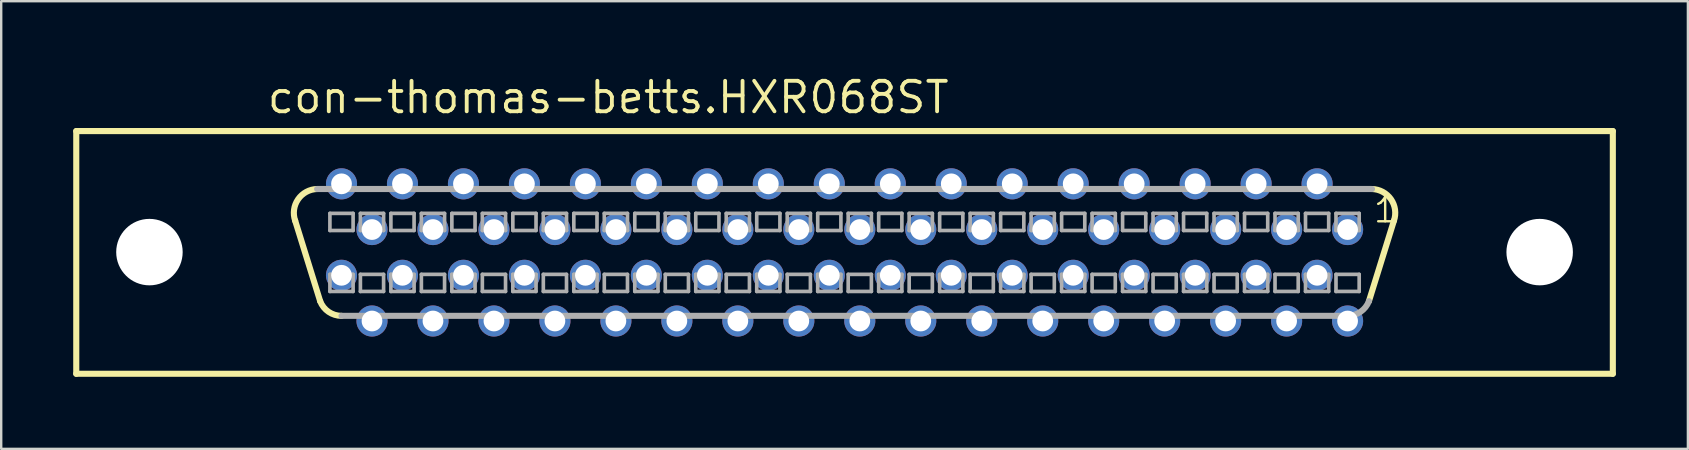
<source format=kicad_pcb>
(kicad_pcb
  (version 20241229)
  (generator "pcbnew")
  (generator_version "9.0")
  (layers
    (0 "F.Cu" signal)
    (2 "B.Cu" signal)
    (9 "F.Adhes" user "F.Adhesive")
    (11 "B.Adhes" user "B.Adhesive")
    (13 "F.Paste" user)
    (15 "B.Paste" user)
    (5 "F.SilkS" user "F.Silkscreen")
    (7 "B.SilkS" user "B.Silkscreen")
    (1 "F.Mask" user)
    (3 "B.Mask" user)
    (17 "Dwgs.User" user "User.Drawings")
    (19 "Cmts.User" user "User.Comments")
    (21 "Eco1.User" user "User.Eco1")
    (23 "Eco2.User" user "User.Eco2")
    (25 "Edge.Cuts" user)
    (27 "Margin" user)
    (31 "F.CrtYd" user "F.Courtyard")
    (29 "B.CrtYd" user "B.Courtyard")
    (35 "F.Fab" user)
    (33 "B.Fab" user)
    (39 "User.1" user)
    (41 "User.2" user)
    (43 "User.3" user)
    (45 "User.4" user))
  (footprint "con-thomas-betts.HXR068ST"
    (layer "F.Cu")
    (at 32.131 7.465)
    (property "Reference" "con-thomas-betts.HXR068ST" (at -24.13 -5.715 0) (layer "F.SilkS") (effects (font (size 1.27 1.27) (thickness 0.16)) (justify left bottom)))
    (attr through_hole)
    (fp_line (start -32.004 -5.055) (end 32.004 -5.055) (stroke (width 0.254) (type default)) (layer "F.SilkS"))
    (fp_line (start -32.004 5.055) (end -32.004 -5.055) (stroke (width 0.254) (type default)) (layer "F.SilkS"))
    (fp_line (start -21.844 2.032) (end -22.885 -1.321) (stroke (width 0.254) (type default)) (layer "F.SilkS"))
    (fp_line (start 21.844 2.032) (end 22.885 -1.321) (stroke (width 0.254) (type default)) (layer "F.SilkS"))
    (fp_line (start 32.004 -5.055) (end 32.004 5.055) (stroke (width 0.254) (type default)) (layer "F.SilkS"))
    (fp_line (start 32.004 5.055) (end -32.004 5.055) (stroke (width 0.254) (type default)) (layer "F.SilkS"))
    (fp_arc (start -22.8854 -1.3208) (mid -22.763543 -2.213361) (end -21.971 -2.6416) (stroke (width 0.254) (type default)) (layer "F.SilkS"))
    (fp_arc (start -20.955 2.6416) (mid -21.494029 2.474654) (end -21.844 2.032) (stroke (width 0.254) (type default)) (layer "F.SilkS"))
    (fp_arc (start 21.971 -2.6416) (mid 22.763543 -2.213361) (end 22.8854 -1.3208) (stroke (width 0.254) (type default)) (layer "F.SilkS"))
    (fp_line (start -21.438 -1.626) (end -21.438 -0.914) (stroke (width 0.152) (type default)) (layer "F.Fab"))
    (fp_line (start -21.438 -0.914) (end -20.472 -0.914) (stroke (width 0.152) (type default)) (layer "F.Fab"))
    (fp_line (start -21.438 0.914) (end -21.438 1.626) (stroke (width 0.152) (type default)) (layer "F.Fab"))
    (fp_line (start -21.438 1.626) (end -20.472 1.626) (stroke (width 0.152) (type default)) (layer "F.Fab"))
    (fp_line (start -20.472 -1.626) (end -21.438 -1.626) (stroke (width 0.152) (type default)) (layer "F.Fab"))
    (fp_line (start -20.472 -0.914) (end -20.472 -1.626) (stroke (width 0.152) (type default)) (layer "F.Fab"))
    (fp_line (start -20.472 0.914) (end -21.438 0.914) (stroke (width 0.152) (type default)) (layer "F.Fab"))
    (fp_line (start -20.472 1.626) (end -20.472 0.914) (stroke (width 0.152) (type default)) (layer "F.Fab"))
    (fp_line (start -20.168 -1.626) (end -20.168 -0.914) (stroke (width 0.152) (type default)) (layer "F.Fab"))
    (fp_line (start -20.168 -0.914) (end -19.202 -0.914) (stroke (width 0.152) (type default)) (layer "F.Fab"))
    (fp_line (start -20.168 0.914) (end -20.168 1.626) (stroke (width 0.152) (type default)) (layer "F.Fab"))
    (fp_line (start -20.168 1.626) (end -19.202 1.626) (stroke (width 0.152) (type default)) (layer "F.Fab"))
    (fp_line (start -19.202 -1.626) (end -20.168 -1.626) (stroke (width 0.152) (type default)) (layer "F.Fab"))
    (fp_line (start -19.202 -0.914) (end -19.202 -1.626) (stroke (width 0.152) (type default)) (layer "F.Fab"))
    (fp_line (start -19.202 0.914) (end -20.168 0.914) (stroke (width 0.152) (type default)) (layer "F.Fab"))
    (fp_line (start -19.202 1.626) (end -19.202 0.914) (stroke (width 0.152) (type default)) (layer "F.Fab"))
    (fp_line (start -18.898 -1.626) (end -18.898 -0.914) (stroke (width 0.152) (type default)) (layer "F.Fab"))
    (fp_line (start -18.898 -0.914) (end -17.932 -0.914) (stroke (width 0.152) (type default)) (layer "F.Fab"))
    (fp_line (start -18.898 0.914) (end -18.898 1.626) (stroke (width 0.152) (type default)) (layer "F.Fab"))
    (fp_line (start -18.898 1.626) (end -17.932 1.626) (stroke (width 0.152) (type default)) (layer "F.Fab"))
    (fp_line (start -17.932 -1.626) (end -18.898 -1.626) (stroke (width 0.152) (type default)) (layer "F.Fab"))
    (fp_line (start -17.932 -0.914) (end -17.932 -1.626) (stroke (width 0.152) (type default)) (layer "F.Fab"))
    (fp_line (start -17.932 0.914) (end -18.898 0.914) (stroke (width 0.152) (type default)) (layer "F.Fab"))
    (fp_line (start -17.932 1.626) (end -17.932 0.914) (stroke (width 0.152) (type default)) (layer "F.Fab"))
    (fp_line (start -17.628 -1.626) (end -17.628 -0.914) (stroke (width 0.152) (type default)) (layer "F.Fab"))
    (fp_line (start -17.628 -0.914) (end -16.662 -0.914) (stroke (width 0.152) (type default)) (layer "F.Fab"))
    (fp_line (start -17.628 0.914) (end -17.628 1.626) (stroke (width 0.152) (type default)) (layer "F.Fab"))
    (fp_line (start -17.628 1.626) (end -16.662 1.626) (stroke (width 0.152) (type default)) (layer "F.Fab"))
    (fp_line (start -16.662 -1.626) (end -17.628 -1.626) (stroke (width 0.152) (type default)) (layer "F.Fab"))
    (fp_line (start -16.662 -0.914) (end -16.662 -1.626) (stroke (width 0.152) (type default)) (layer "F.Fab"))
    (fp_line (start -16.662 0.914) (end -17.628 0.914) (stroke (width 0.152) (type default)) (layer "F.Fab"))
    (fp_line (start -16.662 1.626) (end -16.662 0.914) (stroke (width 0.152) (type default)) (layer "F.Fab"))
    (fp_line (start -16.358 -1.626) (end -16.358 -0.914) (stroke (width 0.152) (type default)) (layer "F.Fab"))
    (fp_line (start -16.358 -0.914) (end -15.392 -0.914) (stroke (width 0.152) (type default)) (layer "F.Fab"))
    (fp_line (start -16.358 0.914) (end -16.358 1.626) (stroke (width 0.152) (type default)) (layer "F.Fab"))
    (fp_line (start -16.358 1.626) (end -15.392 1.626) (stroke (width 0.152) (type default)) (layer "F.Fab"))
    (fp_line (start -15.392 -1.626) (end -16.358 -1.626) (stroke (width 0.152) (type default)) (layer "F.Fab"))
    (fp_line (start -15.392 -0.914) (end -15.392 -1.626) (stroke (width 0.152) (type default)) (layer "F.Fab"))
    (fp_line (start -15.392 0.914) (end -16.358 0.914) (stroke (width 0.152) (type default)) (layer "F.Fab"))
    (fp_line (start -15.392 1.626) (end -15.392 0.914) (stroke (width 0.152) (type default)) (layer "F.Fab"))
    (fp_line (start -15.088 -1.626) (end -15.088 -0.914) (stroke (width 0.152) (type default)) (layer "F.Fab"))
    (fp_line (start -15.088 -0.914) (end -14.122 -0.914) (stroke (width 0.152) (type default)) (layer "F.Fab"))
    (fp_line (start -15.088 0.914) (end -15.088 1.626) (stroke (width 0.152) (type default)) (layer "F.Fab"))
    (fp_line (start -15.088 1.626) (end -14.122 1.626) (stroke (width 0.152) (type default)) (layer "F.Fab"))
    (fp_line (start -14.122 -1.626) (end -15.088 -1.626) (stroke (width 0.152) (type default)) (layer "F.Fab"))
    (fp_line (start -14.122 -0.914) (end -14.122 -1.626) (stroke (width 0.152) (type default)) (layer "F.Fab"))
    (fp_line (start -14.122 0.914) (end -15.088 0.914) (stroke (width 0.152) (type default)) (layer "F.Fab"))
    (fp_line (start -14.122 1.626) (end -14.122 0.914) (stroke (width 0.152) (type default)) (layer "F.Fab"))
    (fp_line (start -13.818 -1.626) (end -13.818 -0.914) (stroke (width 0.152) (type default)) (layer "F.Fab"))
    (fp_line (start -13.818 -0.914) (end -12.852 -0.914) (stroke (width 0.152) (type default)) (layer "F.Fab"))
    (fp_line (start -13.818 0.914) (end -13.818 1.626) (stroke (width 0.152) (type default)) (layer "F.Fab"))
    (fp_line (start -13.818 1.626) (end -12.852 1.626) (stroke (width 0.152) (type default)) (layer "F.Fab"))
    (fp_line (start -12.852 -1.626) (end -13.818 -1.626) (stroke (width 0.152) (type default)) (layer "F.Fab"))
    (fp_line (start -12.852 -0.914) (end -12.852 -1.626) (stroke (width 0.152) (type default)) (layer "F.Fab"))
    (fp_line (start -12.852 0.914) (end -13.818 0.914) (stroke (width 0.152) (type default)) (layer "F.Fab"))
    (fp_line (start -12.852 1.626) (end -12.852 0.914) (stroke (width 0.152) (type default)) (layer "F.Fab"))
    (fp_line (start -12.548 -1.626) (end -12.548 -0.914) (stroke (width 0.152) (type default)) (layer "F.Fab"))
    (fp_line (start -12.548 -0.914) (end -11.582 -0.914) (stroke (width 0.152) (type default)) (layer "F.Fab"))
    (fp_line (start -12.548 0.914) (end -12.548 1.626) (stroke (width 0.152) (type default)) (layer "F.Fab"))
    (fp_line (start -12.548 1.626) (end -11.582 1.626) (stroke (width 0.152) (type default)) (layer "F.Fab"))
    (fp_line (start -11.582 -1.626) (end -12.548 -1.626) (stroke (width 0.152) (type default)) (layer "F.Fab"))
    (fp_line (start -11.582 -0.914) (end -11.582 -1.626) (stroke (width 0.152) (type default)) (layer "F.Fab"))
    (fp_line (start -11.582 0.914) (end -12.548 0.914) (stroke (width 0.152) (type default)) (layer "F.Fab"))
    (fp_line (start -11.582 1.626) (end -11.582 0.914) (stroke (width 0.152) (type default)) (layer "F.Fab"))
    (fp_line (start -11.278 -1.626) (end -11.278 -0.914) (stroke (width 0.152) (type default)) (layer "F.Fab"))
    (fp_line (start -11.278 -0.914) (end -10.312 -0.914) (stroke (width 0.152) (type default)) (layer "F.Fab"))
    (fp_line (start -11.278 0.914) (end -11.278 1.626) (stroke (width 0.152) (type default)) (layer "F.Fab"))
    (fp_line (start -11.278 1.626) (end -10.312 1.626) (stroke (width 0.152) (type default)) (layer "F.Fab"))
    (fp_line (start -10.312 -1.626) (end -11.278 -1.626) (stroke (width 0.152) (type default)) (layer "F.Fab"))
    (fp_line (start -10.312 -0.914) (end -10.312 -1.626) (stroke (width 0.152) (type default)) (layer "F.Fab"))
    (fp_line (start -10.312 0.914) (end -11.278 0.914) (stroke (width 0.152) (type default)) (layer "F.Fab"))
    (fp_line (start -10.312 1.626) (end -10.312 0.914) (stroke (width 0.152) (type default)) (layer "F.Fab"))
    (fp_line (start -10.008 -1.626) (end -10.008 -0.914) (stroke (width 0.152) (type default)) (layer "F.Fab"))
    (fp_line (start -10.008 -0.914) (end -9.042 -0.914) (stroke (width 0.152) (type default)) (layer "F.Fab"))
    (fp_line (start -10.008 0.914) (end -10.008 1.626) (stroke (width 0.152) (type default)) (layer "F.Fab"))
    (fp_line (start -10.008 1.626) (end -9.042 1.626) (stroke (width 0.152) (type default)) (layer "F.Fab"))
    (fp_line (start -9.042 -1.626) (end -10.008 -1.626) (stroke (width 0.152) (type default)) (layer "F.Fab"))
    (fp_line (start -9.042 -0.914) (end -9.042 -1.626) (stroke (width 0.152) (type default)) (layer "F.Fab"))
    (fp_line (start -9.042 0.914) (end -10.008 0.914) (stroke (width 0.152) (type default)) (layer "F.Fab"))
    (fp_line (start -9.042 1.626) (end -9.042 0.914) (stroke (width 0.152) (type default)) (layer "F.Fab"))
    (fp_line (start -8.738 -1.626) (end -8.738 -0.914) (stroke (width 0.152) (type default)) (layer "F.Fab"))
    (fp_line (start -8.738 -0.914) (end -7.772 -0.914) (stroke (width 0.152) (type default)) (layer "F.Fab"))
    (fp_line (start -8.738 0.914) (end -8.738 1.626) (stroke (width 0.152) (type default)) (layer "F.Fab"))
    (fp_line (start -8.738 1.626) (end -7.772 1.626) (stroke (width 0.152) (type default)) (layer "F.Fab"))
    (fp_line (start -7.772 -1.626) (end -8.738 -1.626) (stroke (width 0.152) (type default)) (layer "F.Fab"))
    (fp_line (start -7.772 -0.914) (end -7.772 -1.626) (stroke (width 0.152) (type default)) (layer "F.Fab"))
    (fp_line (start -7.772 0.914) (end -8.738 0.914) (stroke (width 0.152) (type default)) (layer "F.Fab"))
    (fp_line (start -7.772 1.626) (end -7.772 0.914) (stroke (width 0.152) (type default)) (layer "F.Fab"))
    (fp_line (start -7.468 -1.626) (end -7.468 -0.914) (stroke (width 0.152) (type default)) (layer "F.Fab"))
    (fp_line (start -7.468 -0.914) (end -6.502 -0.914) (stroke (width 0.152) (type default)) (layer "F.Fab"))
    (fp_line (start -7.468 0.914) (end -7.468 1.626) (stroke (width 0.152) (type default)) (layer "F.Fab"))
    (fp_line (start -7.468 1.626) (end -6.502 1.626) (stroke (width 0.152) (type default)) (layer "F.Fab"))
    (fp_line (start -6.502 -1.626) (end -7.468 -1.626) (stroke (width 0.152) (type default)) (layer "F.Fab"))
    (fp_line (start -6.502 -0.914) (end -6.502 -1.626) (stroke (width 0.152) (type default)) (layer "F.Fab"))
    (fp_line (start -6.502 0.914) (end -7.468 0.914) (stroke (width 0.152) (type default)) (layer "F.Fab"))
    (fp_line (start -6.502 1.626) (end -6.502 0.914) (stroke (width 0.152) (type default)) (layer "F.Fab"))
    (fp_line (start -6.198 -1.626) (end -6.198 -0.914) (stroke (width 0.152) (type default)) (layer "F.Fab"))
    (fp_line (start -6.198 -0.914) (end -5.232 -0.914) (stroke (width 0.152) (type default)) (layer "F.Fab"))
    (fp_line (start -6.198 0.914) (end -6.198 1.626) (stroke (width 0.152) (type default)) (layer "F.Fab"))
    (fp_line (start -6.198 1.626) (end -5.232 1.626) (stroke (width 0.152) (type default)) (layer "F.Fab"))
    (fp_line (start -5.232 -1.626) (end -6.198 -1.626) (stroke (width 0.152) (type default)) (layer "F.Fab"))
    (fp_line (start -5.232 -0.914) (end -5.232 -1.626) (stroke (width 0.152) (type default)) (layer "F.Fab"))
    (fp_line (start -5.232 0.914) (end -6.198 0.914) (stroke (width 0.152) (type default)) (layer "F.Fab"))
    (fp_line (start -5.232 1.626) (end -5.232 0.914) (stroke (width 0.152) (type default)) (layer "F.Fab"))
    (fp_line (start -4.928 -1.626) (end -4.928 -0.914) (stroke (width 0.152) (type default)) (layer "F.Fab"))
    (fp_line (start -4.928 -0.914) (end -3.962 -0.914) (stroke (width 0.152) (type default)) (layer "F.Fab"))
    (fp_line (start -4.928 0.914) (end -4.928 1.626) (stroke (width 0.152) (type default)) (layer "F.Fab"))
    (fp_line (start -4.928 1.626) (end -3.962 1.626) (stroke (width 0.152) (type default)) (layer "F.Fab"))
    (fp_line (start -3.962 -1.626) (end -4.928 -1.626) (stroke (width 0.152) (type default)) (layer "F.Fab"))
    (fp_line (start -3.962 -0.914) (end -3.962 -1.626) (stroke (width 0.152) (type default)) (layer "F.Fab"))
    (fp_line (start -3.962 0.914) (end -4.928 0.914) (stroke (width 0.152) (type default)) (layer "F.Fab"))
    (fp_line (start -3.962 1.626) (end -3.962 0.914) (stroke (width 0.152) (type default)) (layer "F.Fab"))
    (fp_line (start -3.658 -1.626) (end -3.658 -0.914) (stroke (width 0.152) (type default)) (layer "F.Fab"))
    (fp_line (start -3.658 -0.914) (end -2.692 -0.914) (stroke (width 0.152) (type default)) (layer "F.Fab"))
    (fp_line (start -3.658 0.914) (end -3.658 1.626) (stroke (width 0.152) (type default)) (layer "F.Fab"))
    (fp_line (start -3.658 1.626) (end -2.692 1.626) (stroke (width 0.152) (type default)) (layer "F.Fab"))
    (fp_line (start -2.692 -1.626) (end -3.658 -1.626) (stroke (width 0.152) (type default)) (layer "F.Fab"))
    (fp_line (start -2.692 -0.914) (end -2.692 -1.626) (stroke (width 0.152) (type default)) (layer "F.Fab"))
    (fp_line (start -2.692 0.914) (end -3.658 0.914) (stroke (width 0.152) (type default)) (layer "F.Fab"))
    (fp_line (start -2.692 1.626) (end -2.692 0.914) (stroke (width 0.152) (type default)) (layer "F.Fab"))
    (fp_line (start -2.388 -1.626) (end -2.388 -0.914) (stroke (width 0.152) (type default)) (layer "F.Fab"))
    (fp_line (start -2.388 -0.914) (end -1.422 -0.914) (stroke (width 0.152) (type default)) (layer "F.Fab"))
    (fp_line (start -2.388 0.914) (end -2.388 1.626) (stroke (width 0.152) (type default)) (layer "F.Fab"))
    (fp_line (start -2.388 1.626) (end -1.422 1.626) (stroke (width 0.152) (type default)) (layer "F.Fab"))
    (fp_line (start -1.422 -1.626) (end -2.388 -1.626) (stroke (width 0.152) (type default)) (layer "F.Fab"))
    (fp_line (start -1.422 -0.914) (end -1.422 -1.626) (stroke (width 0.152) (type default)) (layer "F.Fab"))
    (fp_line (start -1.422 0.914) (end -2.388 0.914) (stroke (width 0.152) (type default)) (layer "F.Fab"))
    (fp_line (start -1.422 1.626) (end -1.422 0.914) (stroke (width 0.152) (type default)) (layer "F.Fab"))
    (fp_line (start -1.118 -1.626) (end -1.118 -0.914) (stroke (width 0.152) (type default)) (layer "F.Fab"))
    (fp_line (start -1.118 -0.914) (end -0.152 -0.914) (stroke (width 0.152) (type default)) (layer "F.Fab"))
    (fp_line (start -1.118 0.914) (end -1.118 1.626) (stroke (width 0.152) (type default)) (layer "F.Fab"))
    (fp_line (start -1.118 1.626) (end -0.152 1.626) (stroke (width 0.152) (type default)) (layer "F.Fab"))
    (fp_line (start -0.152 -1.626) (end -1.118 -1.626) (stroke (width 0.152) (type default)) (layer "F.Fab"))
    (fp_line (start -0.152 -0.914) (end -0.152 -1.626) (stroke (width 0.152) (type default)) (layer "F.Fab"))
    (fp_line (start -0.152 0.914) (end -1.118 0.914) (stroke (width 0.152) (type default)) (layer "F.Fab"))
    (fp_line (start -0.152 1.626) (end -0.152 0.914) (stroke (width 0.152) (type default)) (layer "F.Fab"))
    (fp_line (start 0.152 -1.626) (end 0.152 -0.914) (stroke (width 0.152) (type default)) (layer "F.Fab"))
    (fp_line (start 0.152 -0.914) (end 1.118 -0.914) (stroke (width 0.152) (type default)) (layer "F.Fab"))
    (fp_line (start 0.152 0.914) (end 0.152 1.626) (stroke (width 0.152) (type default)) (layer "F.Fab"))
    (fp_line (start 0.152 1.626) (end 1.118 1.626) (stroke (width 0.152) (type default)) (layer "F.Fab"))
    (fp_line (start 1.118 -1.626) (end 0.152 -1.626) (stroke (width 0.152) (type default)) (layer "F.Fab"))
    (fp_line (start 1.118 -0.914) (end 1.118 -1.626) (stroke (width 0.152) (type default)) (layer "F.Fab"))
    (fp_line (start 1.118 0.914) (end 0.152 0.914) (stroke (width 0.152) (type default)) (layer "F.Fab"))
    (fp_line (start 1.118 1.626) (end 1.118 0.914) (stroke (width 0.152) (type default)) (layer "F.Fab"))
    (fp_line (start 1.422 -1.626) (end 1.422 -0.914) (stroke (width 0.152) (type default)) (layer "F.Fab"))
    (fp_line (start 1.422 -0.914) (end 2.388 -0.914) (stroke (width 0.152) (type default)) (layer "F.Fab"))
    (fp_line (start 1.422 0.914) (end 1.422 1.626) (stroke (width 0.152) (type default)) (layer "F.Fab"))
    (fp_line (start 1.422 1.626) (end 2.388 1.626) (stroke (width 0.152) (type default)) (layer "F.Fab"))
    (fp_line (start 2.388 -1.626) (end 1.422 -1.626) (stroke (width 0.152) (type default)) (layer "F.Fab"))
    (fp_line (start 2.388 -0.914) (end 2.388 -1.626) (stroke (width 0.152) (type default)) (layer "F.Fab"))
    (fp_line (start 2.388 0.914) (end 1.422 0.914) (stroke (width 0.152) (type default)) (layer "F.Fab"))
    (fp_line (start 2.388 1.626) (end 2.388 0.914) (stroke (width 0.152) (type default)) (layer "F.Fab"))
    (fp_line (start 2.692 -1.626) (end 2.692 -0.914) (stroke (width 0.152) (type default)) (layer "F.Fab"))
    (fp_line (start 2.692 -0.914) (end 3.658 -0.914) (stroke (width 0.152) (type default)) (layer "F.Fab"))
    (fp_line (start 2.692 0.914) (end 2.692 1.626) (stroke (width 0.152) (type default)) (layer "F.Fab"))
    (fp_line (start 2.692 1.626) (end 3.658 1.626) (stroke (width 0.152) (type default)) (layer "F.Fab"))
    (fp_line (start 3.658 -1.626) (end 2.692 -1.626) (stroke (width 0.152) (type default)) (layer "F.Fab"))
    (fp_line (start 3.658 -0.914) (end 3.658 -1.626) (stroke (width 0.152) (type default)) (layer "F.Fab"))
    (fp_line (start 3.658 0.914) (end 2.692 0.914) (stroke (width 0.152) (type default)) (layer "F.Fab"))
    (fp_line (start 3.658 1.626) (end 3.658 0.914) (stroke (width 0.152) (type default)) (layer "F.Fab"))
    (fp_line (start 3.962 -1.626) (end 3.962 -0.914) (stroke (width 0.152) (type default)) (layer "F.Fab"))
    (fp_line (start 3.962 -0.914) (end 4.928 -0.914) (stroke (width 0.152) (type default)) (layer "F.Fab"))
    (fp_line (start 3.962 0.914) (end 3.962 1.626) (stroke (width 0.152) (type default)) (layer "F.Fab"))
    (fp_line (start 3.962 1.626) (end 4.928 1.626) (stroke (width 0.152) (type default)) (layer "F.Fab"))
    (fp_line (start 4.928 -1.626) (end 3.962 -1.626) (stroke (width 0.152) (type default)) (layer "F.Fab"))
    (fp_line (start 4.928 -0.914) (end 4.928 -1.626) (stroke (width 0.152) (type default)) (layer "F.Fab"))
    (fp_line (start 4.928 0.914) (end 3.962 0.914) (stroke (width 0.152) (type default)) (layer "F.Fab"))
    (fp_line (start 4.928 1.626) (end 4.928 0.914) (stroke (width 0.152) (type default)) (layer "F.Fab"))
    (fp_line (start 5.232 -1.626) (end 5.232 -0.914) (stroke (width 0.152) (type default)) (layer "F.Fab"))
    (fp_line (start 5.232 -0.914) (end 6.198 -0.914) (stroke (width 0.152) (type default)) (layer "F.Fab"))
    (fp_line (start 5.232 0.914) (end 5.232 1.626) (stroke (width 0.152) (type default)) (layer "F.Fab"))
    (fp_line (start 5.232 1.626) (end 6.198 1.626) (stroke (width 0.152) (type default)) (layer "F.Fab"))
    (fp_line (start 6.198 -1.626) (end 5.232 -1.626) (stroke (width 0.152) (type default)) (layer "F.Fab"))
    (fp_line (start 6.198 -0.914) (end 6.198 -1.626) (stroke (width 0.152) (type default)) (layer "F.Fab"))
    (fp_line (start 6.198 0.914) (end 5.232 0.914) (stroke (width 0.152) (type default)) (layer "F.Fab"))
    (fp_line (start 6.198 1.626) (end 6.198 0.914) (stroke (width 0.152) (type default)) (layer "F.Fab"))
    (fp_line (start 6.502 -1.626) (end 6.502 -0.914) (stroke (width 0.152) (type default)) (layer "F.Fab"))
    (fp_line (start 6.502 -0.914) (end 7.468 -0.914) (stroke (width 0.152) (type default)) (layer "F.Fab"))
    (fp_line (start 6.502 0.914) (end 6.502 1.626) (stroke (width 0.152) (type default)) (layer "F.Fab"))
    (fp_line (start 6.502 1.626) (end 7.468 1.626) (stroke (width 0.152) (type default)) (layer "F.Fab"))
    (fp_line (start 7.468 -1.626) (end 6.502 -1.626) (stroke (width 0.152) (type default)) (layer "F.Fab"))
    (fp_line (start 7.468 -0.914) (end 7.468 -1.626) (stroke (width 0.152) (type default)) (layer "F.Fab"))
    (fp_line (start 7.468 0.914) (end 6.502 0.914) (stroke (width 0.152) (type default)) (layer "F.Fab"))
    (fp_line (start 7.468 1.626) (end 7.468 0.914) (stroke (width 0.152) (type default)) (layer "F.Fab"))
    (fp_line (start 7.772 -1.626) (end 7.772 -0.914) (stroke (width 0.152) (type default)) (layer "F.Fab"))
    (fp_line (start 7.772 -0.914) (end 8.738 -0.914) (stroke (width 0.152) (type default)) (layer "F.Fab"))
    (fp_line (start 7.772 0.914) (end 7.772 1.626) (stroke (width 0.152) (type default)) (layer "F.Fab"))
    (fp_line (start 7.772 1.626) (end 8.738 1.626) (stroke (width 0.152) (type default)) (layer "F.Fab"))
    (fp_line (start 8.738 -1.626) (end 7.772 -1.626) (stroke (width 0.152) (type default)) (layer "F.Fab"))
    (fp_line (start 8.738 -0.914) (end 8.738 -1.626) (stroke (width 0.152) (type default)) (layer "F.Fab"))
    (fp_line (start 8.738 0.914) (end 7.772 0.914) (stroke (width 0.152) (type default)) (layer "F.Fab"))
    (fp_line (start 8.738 1.626) (end 8.738 0.914) (stroke (width 0.152) (type default)) (layer "F.Fab"))
    (fp_line (start 9.042 -1.626) (end 9.042 -0.914) (stroke (width 0.152) (type default)) (layer "F.Fab"))
    (fp_line (start 9.042 -0.914) (end 10.008 -0.914) (stroke (width 0.152) (type default)) (layer "F.Fab"))
    (fp_line (start 9.042 0.914) (end 9.042 1.626) (stroke (width 0.152) (type default)) (layer "F.Fab"))
    (fp_line (start 9.042 1.626) (end 10.008 1.626) (stroke (width 0.152) (type default)) (layer "F.Fab"))
    (fp_line (start 10.008 -1.626) (end 9.042 -1.626) (stroke (width 0.152) (type default)) (layer "F.Fab"))
    (fp_line (start 10.008 -0.914) (end 10.008 -1.626) (stroke (width 0.152) (type default)) (layer "F.Fab"))
    (fp_line (start 10.008 0.914) (end 9.042 0.914) (stroke (width 0.152) (type default)) (layer "F.Fab"))
    (fp_line (start 10.008 1.626) (end 10.008 0.914) (stroke (width 0.152) (type default)) (layer "F.Fab"))
    (fp_line (start 10.312 -1.626) (end 10.312 -0.914) (stroke (width 0.152) (type default)) (layer "F.Fab"))
    (fp_line (start 10.312 -0.914) (end 11.278 -0.914) (stroke (width 0.152) (type default)) (layer "F.Fab"))
    (fp_line (start 10.312 0.914) (end 10.312 1.626) (stroke (width 0.152) (type default)) (layer "F.Fab"))
    (fp_line (start 10.312 1.626) (end 11.278 1.626) (stroke (width 0.152) (type default)) (layer "F.Fab"))
    (fp_line (start 11.278 -1.626) (end 10.312 -1.626) (stroke (width 0.152) (type default)) (layer "F.Fab"))
    (fp_line (start 11.278 -0.914) (end 11.278 -1.626) (stroke (width 0.152) (type default)) (layer "F.Fab"))
    (fp_line (start 11.278 0.914) (end 10.312 0.914) (stroke (width 0.152) (type default)) (layer "F.Fab"))
    (fp_line (start 11.278 1.626) (end 11.278 0.914) (stroke (width 0.152) (type default)) (layer "F.Fab"))
    (fp_line (start 11.582 -1.626) (end 11.582 -0.914) (stroke (width 0.152) (type default)) (layer "F.Fab"))
    (fp_line (start 11.582 -0.914) (end 12.548 -0.914) (stroke (width 0.152) (type default)) (layer "F.Fab"))
    (fp_line (start 11.582 0.914) (end 11.582 1.626) (stroke (width 0.152) (type default)) (layer "F.Fab"))
    (fp_line (start 11.582 1.626) (end 12.548 1.626) (stroke (width 0.152) (type default)) (layer "F.Fab"))
    (fp_line (start 12.548 -1.626) (end 11.582 -1.626) (stroke (width 0.152) (type default)) (layer "F.Fab"))
    (fp_line (start 12.548 -0.914) (end 12.548 -1.626) (stroke (width 0.152) (type default)) (layer "F.Fab"))
    (fp_line (start 12.548 0.914) (end 11.582 0.914) (stroke (width 0.152) (type default)) (layer "F.Fab"))
    (fp_line (start 12.548 1.626) (end 12.548 0.914) (stroke (width 0.152) (type default)) (layer "F.Fab"))
    (fp_line (start 12.852 -1.626) (end 12.852 -0.914) (stroke (width 0.152) (type default)) (layer "F.Fab"))
    (fp_line (start 12.852 -0.914) (end 13.818 -0.914) (stroke (width 0.152) (type default)) (layer "F.Fab"))
    (fp_line (start 12.852 0.914) (end 12.852 1.626) (stroke (width 0.152) (type default)) (layer "F.Fab"))
    (fp_line (start 12.852 1.626) (end 13.818 1.626) (stroke (width 0.152) (type default)) (layer "F.Fab"))
    (fp_line (start 13.818 -1.626) (end 12.852 -1.626) (stroke (width 0.152) (type default)) (layer "F.Fab"))
    (fp_line (start 13.818 -0.914) (end 13.818 -1.626) (stroke (width 0.152) (type default)) (layer "F.Fab"))
    (fp_line (start 13.818 0.914) (end 12.852 0.914) (stroke (width 0.152) (type default)) (layer "F.Fab"))
    (fp_line (start 13.818 1.626) (end 13.818 0.914) (stroke (width 0.152) (type default)) (layer "F.Fab"))
    (fp_line (start 14.122 -1.626) (end 14.122 -0.914) (stroke (width 0.152) (type default)) (layer "F.Fab"))
    (fp_line (start 14.122 -0.914) (end 15.088 -0.914) (stroke (width 0.152) (type default)) (layer "F.Fab"))
    (fp_line (start 14.122 0.914) (end 14.122 1.626) (stroke (width 0.152) (type default)) (layer "F.Fab"))
    (fp_line (start 14.122 1.626) (end 15.088 1.626) (stroke (width 0.152) (type default)) (layer "F.Fab"))
    (fp_line (start 15.088 -1.626) (end 14.122 -1.626) (stroke (width 0.152) (type default)) (layer "F.Fab"))
    (fp_line (start 15.088 -0.914) (end 15.088 -1.626) (stroke (width 0.152) (type default)) (layer "F.Fab"))
    (fp_line (start 15.088 0.914) (end 14.122 0.914) (stroke (width 0.152) (type default)) (layer "F.Fab"))
    (fp_line (start 15.088 1.626) (end 15.088 0.914) (stroke (width 0.152) (type default)) (layer "F.Fab"))
    (fp_line (start 15.392 -1.626) (end 15.392 -0.914) (stroke (width 0.152) (type default)) (layer "F.Fab"))
    (fp_line (start 15.392 -0.914) (end 16.358 -0.914) (stroke (width 0.152) (type default)) (layer "F.Fab"))
    (fp_line (start 15.392 0.914) (end 15.392 1.626) (stroke (width 0.152) (type default)) (layer "F.Fab"))
    (fp_line (start 15.392 1.626) (end 16.358 1.626) (stroke (width 0.152) (type default)) (layer "F.Fab"))
    (fp_line (start 16.358 -1.626) (end 15.392 -1.626) (stroke (width 0.152) (type default)) (layer "F.Fab"))
    (fp_line (start 16.358 -0.914) (end 16.358 -1.626) (stroke (width 0.152) (type default)) (layer "F.Fab"))
    (fp_line (start 16.358 0.914) (end 15.392 0.914) (stroke (width 0.152) (type default)) (layer "F.Fab"))
    (fp_line (start 16.358 1.626) (end 16.358 0.914) (stroke (width 0.152) (type default)) (layer "F.Fab"))
    (fp_line (start 16.662 -1.626) (end 16.662 -0.914) (stroke (width 0.152) (type default)) (layer "F.Fab"))
    (fp_line (start 16.662 -0.914) (end 17.628 -0.914) (stroke (width 0.152) (type default)) (layer "F.Fab"))
    (fp_line (start 16.662 0.914) (end 16.662 1.626) (stroke (width 0.152) (type default)) (layer "F.Fab"))
    (fp_line (start 16.662 1.626) (end 17.628 1.626) (stroke (width 0.152) (type default)) (layer "F.Fab"))
    (fp_line (start 17.628 -1.626) (end 16.662 -1.626) (stroke (width 0.152) (type default)) (layer "F.Fab"))
    (fp_line (start 17.628 -0.914) (end 17.628 -1.626) (stroke (width 0.152) (type default)) (layer "F.Fab"))
    (fp_line (start 17.628 0.914) (end 16.662 0.914) (stroke (width 0.152) (type default)) (layer "F.Fab"))
    (fp_line (start 17.628 1.626) (end 17.628 0.914) (stroke (width 0.152) (type default)) (layer "F.Fab"))
    (fp_line (start 17.932 -1.626) (end 17.932 -0.914) (stroke (width 0.152) (type default)) (layer "F.Fab"))
    (fp_line (start 17.932 -0.914) (end 18.898 -0.914) (stroke (width 0.152) (type default)) (layer "F.Fab"))
    (fp_line (start 17.932 0.914) (end 17.932 1.626) (stroke (width 0.152) (type default)) (layer "F.Fab"))
    (fp_line (start 17.932 1.626) (end 18.898 1.626) (stroke (width 0.152) (type default)) (layer "F.Fab"))
    (fp_line (start 18.898 -1.626) (end 17.932 -1.626) (stroke (width 0.152) (type default)) (layer "F.Fab"))
    (fp_line (start 18.898 -0.914) (end 18.898 -1.626) (stroke (width 0.152) (type default)) (layer "F.Fab"))
    (fp_line (start 18.898 0.914) (end 17.932 0.914) (stroke (width 0.152) (type default)) (layer "F.Fab"))
    (fp_line (start 18.898 1.626) (end 18.898 0.914) (stroke (width 0.152) (type default)) (layer "F.Fab"))
    (fp_line (start 19.202 -1.626) (end 19.202 -0.914) (stroke (width 0.152) (type default)) (layer "F.Fab"))
    (fp_line (start 19.202 -0.914) (end 20.168 -0.914) (stroke (width 0.152) (type default)) (layer "F.Fab"))
    (fp_line (start 19.202 0.914) (end 19.202 1.626) (stroke (width 0.152) (type default)) (layer "F.Fab"))
    (fp_line (start 19.202 1.626) (end 20.168 1.626) (stroke (width 0.152) (type default)) (layer "F.Fab"))
    (fp_line (start 20.168 -1.626) (end 19.202 -1.626) (stroke (width 0.152) (type default)) (layer "F.Fab"))
    (fp_line (start 20.168 -0.914) (end 20.168 -1.626) (stroke (width 0.152) (type default)) (layer "F.Fab"))
    (fp_line (start 20.168 0.914) (end 19.202 0.914) (stroke (width 0.152) (type default)) (layer "F.Fab"))
    (fp_line (start 20.168 1.626) (end 20.168 0.914) (stroke (width 0.152) (type default)) (layer "F.Fab"))
    (fp_line (start 20.472 -1.626) (end 20.472 -0.914) (stroke (width 0.152) (type default)) (layer "F.Fab"))
    (fp_line (start 20.472 -0.914) (end 21.438 -0.914) (stroke (width 0.152) (type default)) (layer "F.Fab"))
    (fp_line (start 20.472 0.914) (end 20.472 1.626) (stroke (width 0.152) (type default)) (layer "F.Fab"))
    (fp_line (start 20.472 1.626) (end 21.438 1.626) (stroke (width 0.152) (type default)) (layer "F.Fab"))
    (fp_line (start 20.955 2.642) (end -20.955 2.642) (stroke (width 0.254) (type default)) (layer "F.Fab"))
    (fp_line (start 21.438 -1.626) (end 20.472 -1.626) (stroke (width 0.152) (type default)) (layer "F.Fab"))
    (fp_line (start 21.438 -0.914) (end 21.438 -1.626) (stroke (width 0.152) (type default)) (layer "F.Fab"))
    (fp_line (start 21.438 0.914) (end 20.472 0.914) (stroke (width 0.152) (type default)) (layer "F.Fab"))
    (fp_line (start 21.438 1.626) (end 21.438 0.914) (stroke (width 0.152) (type default)) (layer "F.Fab"))
    (fp_line (start 21.971 -2.642) (end -21.971 -2.642) (stroke (width 0.254) (type default)) (layer "F.Fab"))
    (fp_arc (start 21.844 2.032) (mid 21.494029 2.474654) (end 20.955 2.6416) (stroke (width 0.254) (type default)) (layer "F.Fab"))
    (fp_text user "1" (at 21.971 -1.168 0) (layer "F.SilkS") (effects (font (size 1.016 1.016) (thickness 0.1)) (justify left bottom)))
    (pad "" np_thru_hole circle (at -28.956 -0.013) (size 2.769 2.769) (drill 2.769) (layers "*.Cu" "*.Mask"))
    (pad "" np_thru_hole circle (at 28.956 -0.013) (size 2.769 2.769) (drill 2.769) (layers "*.Cu" "*.Mask"))
    (pad "1" thru_hole circle (at 20.955 -0.953) (size 1.295 1.295) (drill 0.864) (layers "*.Cu" "*.Mask"))
    (pad "2" thru_hole circle (at 19.685 -2.857) (size 1.295 1.295) (drill 0.864) (layers "*.Cu" "*.Mask"))
    (pad "3" thru_hole circle (at 18.415 -0.953) (size 1.295 1.295) (drill 0.864) (layers "*.Cu" "*.Mask"))
    (pad "4" thru_hole circle (at 17.145 -2.857) (size 1.295 1.295) (drill 0.864) (layers "*.Cu" "*.Mask"))
    (pad "5" thru_hole circle (at 15.875 -0.953) (size 1.295 1.295) (drill 0.864) (layers "*.Cu" "*.Mask"))
    (pad "6" thru_hole circle (at 14.605 -2.857) (size 1.295 1.295) (drill 0.864) (layers "*.Cu" "*.Mask"))
    (pad "7" thru_hole circle (at 13.335 -0.953) (size 1.295 1.295) (drill 0.864) (layers "*.Cu" "*.Mask"))
    (pad "8" thru_hole circle (at 12.065 -2.857) (size 1.295 1.295) (drill 0.864) (layers "*.Cu" "*.Mask"))
    (pad "9" thru_hole circle (at 10.795 -0.953) (size 1.295 1.295) (drill 0.864) (layers "*.Cu" "*.Mask"))
    (pad "10" thru_hole circle (at 9.525 -2.857) (size 1.295 1.295) (drill 0.864) (layers "*.Cu" "*.Mask"))
    (pad "11" thru_hole circle (at 8.255 -0.953) (size 1.295 1.295) (drill 0.864) (layers "*.Cu" "*.Mask"))
    (pad "12" thru_hole circle (at 6.985 -2.857) (size 1.295 1.295) (drill 0.864) (layers "*.Cu" "*.Mask"))
    (pad "13" thru_hole circle (at 5.715 -0.953) (size 1.295 1.295) (drill 0.864) (layers "*.Cu" "*.Mask"))
    (pad "14" thru_hole circle (at 4.445 -2.857) (size 1.295 1.295) (drill 0.864) (layers "*.Cu" "*.Mask"))
    (pad "15" thru_hole circle (at 3.175 -0.953) (size 1.295 1.295) (drill 0.864) (layers "*.Cu" "*.Mask"))
    (pad "16" thru_hole circle (at 1.905 -2.857) (size 1.295 1.295) (drill 0.864) (layers "*.Cu" "*.Mask"))
    (pad "17" thru_hole circle (at 0.635 -0.953) (size 1.295 1.295) (drill 0.864) (layers "*.Cu" "*.Mask"))
    (pad "18" thru_hole circle (at -0.635 -2.857) (size 1.295 1.295) (drill 0.864) (layers "*.Cu" "*.Mask"))
    (pad "19" thru_hole circle (at -1.905 -0.953) (size 1.295 1.295) (drill 0.864) (layers "*.Cu" "*.Mask"))
    (pad "20" thru_hole circle (at -3.175 -2.857) (size 1.295 1.295) (drill 0.864) (layers "*.Cu" "*.Mask"))
    (pad "21" thru_hole circle (at -4.445 -0.953) (size 1.295 1.295) (drill 0.864) (layers "*.Cu" "*.Mask"))
    (pad "22" thru_hole circle (at -5.715 -2.857) (size 1.295 1.295) (drill 0.864) (layers "*.Cu" "*.Mask"))
    (pad "23" thru_hole circle (at -6.985 -0.953) (size 1.295 1.295) (drill 0.864) (layers "*.Cu" "*.Mask"))
    (pad "24" thru_hole circle (at -8.255 -2.857) (size 1.295 1.295) (drill 0.864) (layers "*.Cu" "*.Mask"))
    (pad "25" thru_hole circle (at -9.525 -0.953) (size 1.295 1.295) (drill 0.864) (layers "*.Cu" "*.Mask"))
    (pad "26" thru_hole circle (at -10.795 -2.857) (size 1.295 1.295) (drill 0.864) (layers "*.Cu" "*.Mask"))
    (pad "27" thru_hole circle (at -12.065 -0.953) (size 1.295 1.295) (drill 0.864) (layers "*.Cu" "*.Mask"))
    (pad "28" thru_hole circle (at -13.335 -2.857) (size 1.295 1.295) (drill 0.864) (layers "*.Cu" "*.Mask"))
    (pad "29" thru_hole circle (at -14.605 -0.953) (size 1.295 1.295) (drill 0.864) (layers "*.Cu" "*.Mask"))
    (pad "30" thru_hole circle (at -15.875 -2.857) (size 1.295 1.295) (drill 0.864) (layers "*.Cu" "*.Mask"))
    (pad "31" thru_hole circle (at -17.145 -0.953) (size 1.295 1.295) (drill 0.864) (layers "*.Cu" "*.Mask"))
    (pad "32" thru_hole circle (at -18.415 -2.857) (size 1.295 1.295) (drill 0.864) (layers "*.Cu" "*.Mask"))
    (pad "33" thru_hole circle (at -19.685 -0.953) (size 1.295 1.295) (drill 0.864) (layers "*.Cu" "*.Mask"))
    (pad "34" thru_hole circle (at -20.955 -2.857) (size 1.295 1.295) (drill 0.864) (layers "*.Cu" "*.Mask"))
    (pad "35" thru_hole circle (at 20.955 2.857) (size 1.295 1.295) (drill 0.864) (layers "*.Cu" "*.Mask"))
    (pad "36" thru_hole circle (at 19.685 0.953) (size 1.295 1.295) (drill 0.864) (layers "*.Cu" "*.Mask"))
    (pad "37" thru_hole circle (at 18.415 2.857) (size 1.295 1.295) (drill 0.864) (layers "*.Cu" "*.Mask"))
    (pad "38" thru_hole circle (at 17.145 0.953) (size 1.295 1.295) (drill 0.864) (layers "*.Cu" "*.Mask"))
    (pad "39" thru_hole circle (at 15.875 2.857) (size 1.295 1.295) (drill 0.864) (layers "*.Cu" "*.Mask"))
    (pad "40" thru_hole circle (at 14.605 0.953) (size 1.295 1.295) (drill 0.864) (layers "*.Cu" "*.Mask"))
    (pad "41" thru_hole circle (at 13.335 2.857) (size 1.295 1.295) (drill 0.864) (layers "*.Cu" "*.Mask"))
    (pad "42" thru_hole circle (at 12.065 0.953) (size 1.295 1.295) (drill 0.864) (layers "*.Cu" "*.Mask"))
    (pad "43" thru_hole circle (at 10.795 2.857) (size 1.295 1.295) (drill 0.864) (layers "*.Cu" "*.Mask"))
    (pad "44" thru_hole circle (at 9.525 0.953) (size 1.295 1.295) (drill 0.864) (layers "*.Cu" "*.Mask"))
    (pad "45" thru_hole circle (at 8.255 2.857) (size 1.295 1.295) (drill 0.864) (layers "*.Cu" "*.Mask"))
    (pad "46" thru_hole circle (at 6.985 0.953) (size 1.295 1.295) (drill 0.864) (layers "*.Cu" "*.Mask"))
    (pad "47" thru_hole circle (at 5.715 2.857) (size 1.295 1.295) (drill 0.864) (layers "*.Cu" "*.Mask"))
    (pad "48" thru_hole circle (at 4.445 0.953) (size 1.295 1.295) (drill 0.864) (layers "*.Cu" "*.Mask"))
    (pad "49" thru_hole circle (at 3.175 2.857) (size 1.295 1.295) (drill 0.864) (layers "*.Cu" "*.Mask"))
    (pad "50" thru_hole circle (at 1.905 0.953) (size 1.295 1.295) (drill 0.864) (layers "*.Cu" "*.Mask"))
    (pad "51" thru_hole circle (at 0.635 2.857) (size 1.295 1.295) (drill 0.864) (layers "*.Cu" "*.Mask"))
    (pad "52" thru_hole circle (at -0.635 0.953) (size 1.295 1.295) (drill 0.864) (layers "*.Cu" "*.Mask"))
    (pad "53" thru_hole circle (at -1.905 2.857) (size 1.295 1.295) (drill 0.864) (layers "*.Cu" "*.Mask"))
    (pad "54" thru_hole circle (at -3.175 0.953) (size 1.295 1.295) (drill 0.864) (layers "*.Cu" "*.Mask"))
    (pad "55" thru_hole circle (at -4.445 2.857) (size 1.295 1.295) (drill 0.864) (layers "*.Cu" "*.Mask"))
    (pad "56" thru_hole circle (at -5.715 0.953) (size 1.295 1.295) (drill 0.864) (layers "*.Cu" "*.Mask"))
    (pad "57" thru_hole circle (at -6.985 2.857) (size 1.295 1.295) (drill 0.864) (layers "*.Cu" "*.Mask"))
    (pad "58" thru_hole circle (at -8.255 0.953) (size 1.295 1.295) (drill 0.864) (layers "*.Cu" "*.Mask"))
    (pad "59" thru_hole circle (at -9.525 2.857) (size 1.295 1.295) (drill 0.864) (layers "*.Cu" "*.Mask"))
    (pad "60" thru_hole circle (at -10.795 0.953) (size 1.295 1.295) (drill 0.864) (layers "*.Cu" "*.Mask"))
    (pad "61" thru_hole circle (at -12.065 2.857) (size 1.295 1.295) (drill 0.864) (layers "*.Cu" "*.Mask"))
    (pad "62" thru_hole circle (at -13.335 0.953) (size 1.295 1.295) (drill 0.864) (layers "*.Cu" "*.Mask"))
    (pad "63" thru_hole circle (at -14.605 2.857) (size 1.295 1.295) (drill 0.864) (layers "*.Cu" "*.Mask"))
    (pad "64" thru_hole circle (at -15.875 0.953) (size 1.295 1.295) (drill 0.864) (layers "*.Cu" "*.Mask"))
    (pad "65" thru_hole circle (at -17.145 2.857) (size 1.295 1.295) (drill 0.864) (layers "*.Cu" "*.Mask"))
    (pad "66" thru_hole circle (at -18.415 0.953) (size 1.295 1.295) (drill 0.864) (layers "*.Cu" "*.Mask"))
    (pad "67" thru_hole circle (at -19.685 2.857) (size 1.295 1.295) (drill 0.864) (layers "*.Cu" "*.Mask"))
    (pad "68" thru_hole circle (at -20.955 0.953) (size 1.295 1.295) (drill 0.864) (layers "*.Cu" "*.Mask")))
  (gr_rect
    (start -3 -3)
    (end 67.262 15.647)
    (stroke (width 0.1) (type default))
    (fill no)
    (layer "Edge.Cuts")))
</source>
